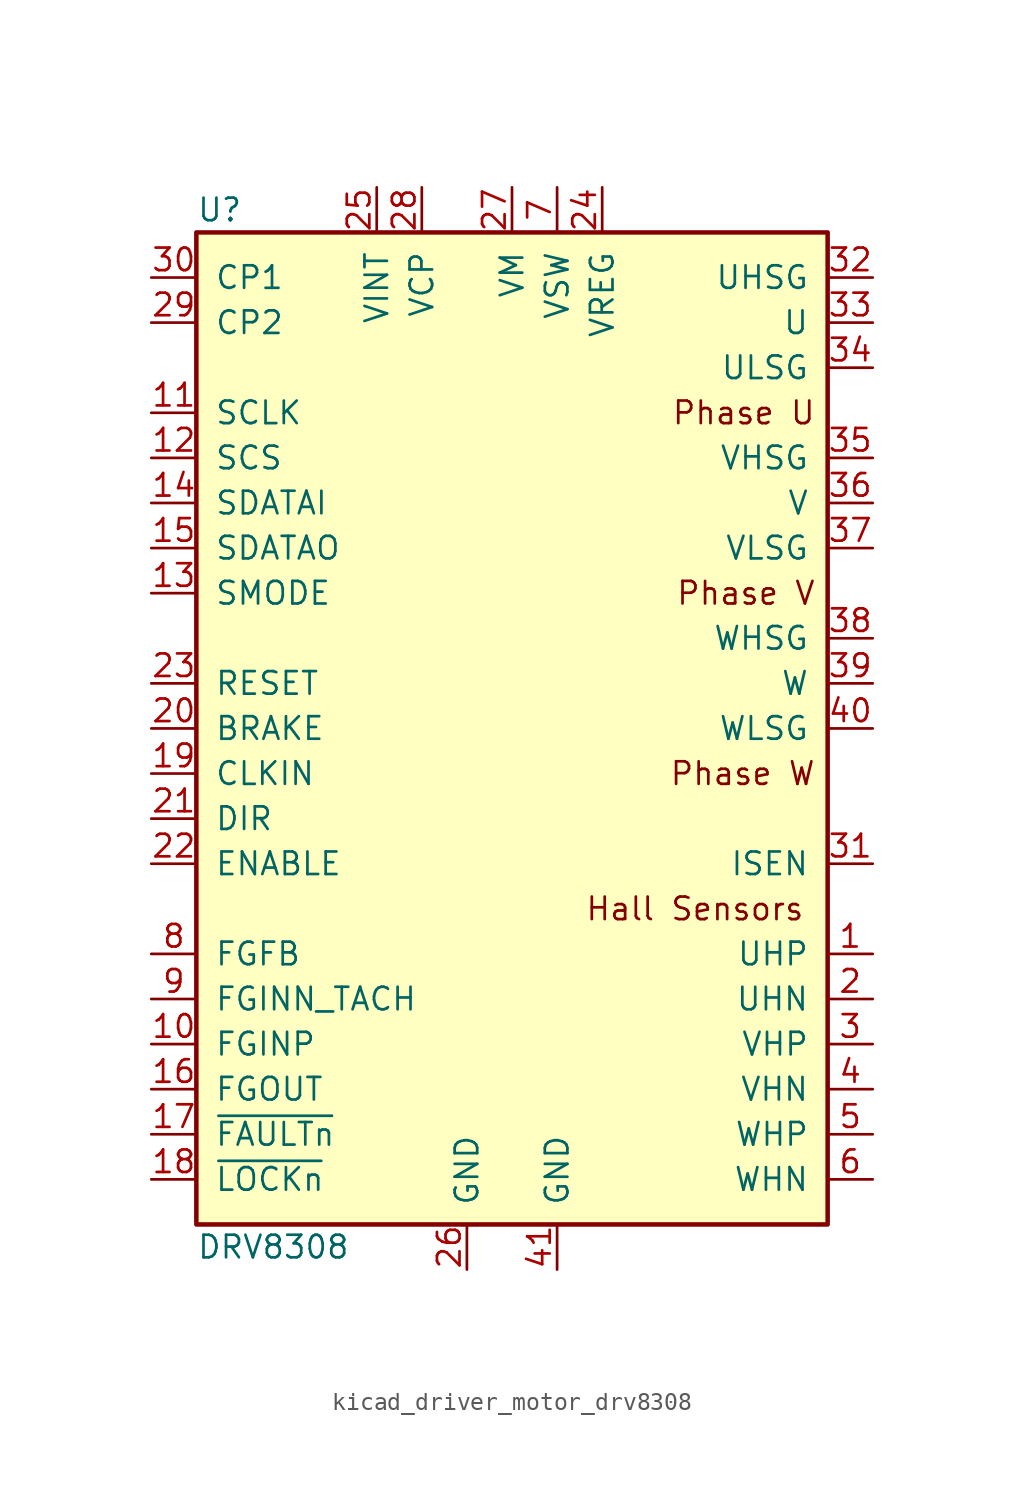
<source format=kicad_sym>
(kicad_symbol_lib
  (version 20220914)
  (generator kicad_symbol_editor)
  (symbol "kicad_driver_motor_drv8308"
    (pin_names
      (offset 1.016))
    (property "Reference" "U"
      (at -17.78 36.83 0)
      (effects (font (size 1.27 1.27)) (justify left)))
    (property "Value" "DRV8308"
      (at -17.78 -21.59 0)
      (effects (font (size 1.27 1.27)) (justify left)))
    (symbol "kicad_driver_motor_drv8308_0_0"
      (text "Hall Sensors" (at 16.51 -2.54 0) (effects (font (size 1.27 1.27)) (justify right)))
      (text "Phase U" (at 17.145 25.4 0) (effects (font (size 1.27 1.27)) (justify right)))
      (text "Phase V" (at 17.145 15.24 0) (effects (font (size 1.27 1.27)) (justify right)))
      (text "Phase W" (at 17.145 5.08 0) (effects (font (size 1.27 1.27)) (justify right))))
    (symbol "kicad_driver_motor_drv8308_0_1"
      (rectangle (start -17.78 35.56) (end 17.78 -20.32) (stroke (width 0.254) (type default)) (fill (type background))))
    (symbol "kicad_driver_motor_drv8308_1_1"
      (pin input line (at 20.32 -5.08 180) (length 2.54) (name "UHP" (effects (font (size 1.27 1.27)))) (number "1" (effects (font (size 1.27 1.27)))))
      (pin bidirectional line (at -20.32 -10.16 0) (length 2.54) (name "FGINP" (effects (font (size 1.27 1.27)))) (number "10" (effects (font (size 1.27 1.27)))))
      (pin input line (at -20.32 25.4 0) (length 2.54) (name "SCLK" (effects (font (size 1.27 1.27)))) (number "11" (effects (font (size 1.27 1.27)))))
      (pin input line (at -20.32 22.86 0) (length 2.54) (name "SCS" (effects (font (size 1.27 1.27)))) (number "12" (effects (font (size 1.27 1.27)))))
      (pin input line (at -20.32 15.24 0) (length 2.54) (name "SMODE" (effects (font (size 1.27 1.27)))) (number "13" (effects (font (size 1.27 1.27)))))
      (pin input line (at -20.32 20.32 0) (length 2.54) (name "SDATAI" (effects (font (size 1.27 1.27)))) (number "14" (effects (font (size 1.27 1.27)))))
      (pin output line (at -20.32 17.78 0) (length 2.54) (name "SDATAO" (effects (font (size 1.27 1.27)))) (number "15" (effects (font (size 1.27 1.27)))))
      (pin output line (at -20.32 -12.7 0) (length 2.54) (name "FGOUT" (effects (font (size 1.27 1.27)))) (number "16" (effects (font (size 1.27 1.27)))))
      (pin output line (at -20.32 -15.24 0) (length 2.54) (name "~{FAULTn}" (effects (font (size 1.27 1.27)))) (number "17" (effects (font (size 1.27 1.27)))))
      (pin output line (at -20.32 -17.78 0) (length 2.54) (name "~{LOCKn}" (effects (font (size 1.27 1.27)))) (number "18" (effects (font (size 1.27 1.27)))))
      (pin input line (at -20.32 5.08 0) (length 2.54) (name "CLKIN" (effects (font (size 1.27 1.27)))) (number "19" (effects (font (size 1.27 1.27)))))
      (pin input line (at 20.32 -7.62 180) (length 2.54) (name "UHN" (effects (font (size 1.27 1.27)))) (number "2" (effects (font (size 1.27 1.27)))))
      (pin input line (at -20.32 7.62 0) (length 2.54) (name "BRAKE" (effects (font (size 1.27 1.27)))) (number "20" (effects (font (size 1.27 1.27)))))
      (pin input line (at -20.32 2.54 0) (length 2.54) (name "DIR" (effects (font (size 1.27 1.27)))) (number "21" (effects (font (size 1.27 1.27)))))
      (pin input line (at -20.32 0 0) (length 2.54) (name "ENABLE" (effects (font (size 1.27 1.27)))) (number "22" (effects (font (size 1.27 1.27)))))
      (pin input line (at -20.32 10.16 0) (length 2.54) (name "RESET" (effects (font (size 1.27 1.27)))) (number "23" (effects (font (size 1.27 1.27)))))
      (pin power_out line (at 5.08 38.1 270) (length 2.54) (name "VREG" (effects (font (size 1.27 1.27)))) (number "24" (effects (font (size 1.27 1.27)))))
      (pin passive line (at -7.62 38.1 270) (length 2.54) (name "VINT" (effects (font (size 1.27 1.27)))) (number "25" (effects (font (size 1.27 1.27)))))
      (pin power_in line (at -2.54 -22.86 90) (length 2.54) (name "GND" (effects (font (size 1.27 1.27)))) (number "26" (effects (font (size 1.27 1.27)))))
      (pin power_in line (at 0 38.1 270) (length 2.54) (name "VM" (effects (font (size 1.27 1.27)))) (number "27" (effects (font (size 1.27 1.27)))))
      (pin passive line (at -5.08 38.1 270) (length 2.54) (name "VCP" (effects (font (size 1.27 1.27)))) (number "28" (effects (font (size 1.27 1.27)))))
      (pin passive line (at -20.32 30.48 0) (length 2.54) (name "CP2" (effects (font (size 1.27 1.27)))) (number "29" (effects (font (size 1.27 1.27)))))
      (pin input line (at 20.32 -10.16 180) (length 2.54) (name "VHP" (effects (font (size 1.27 1.27)))) (number "3" (effects (font (size 1.27 1.27)))))
      (pin passive line (at -20.32 33.02 0) (length 2.54) (name "CP1" (effects (font (size 1.27 1.27)))) (number "30" (effects (font (size 1.27 1.27)))))
      (pin input line (at 20.32 0 180) (length 2.54) (name "ISEN" (effects (font (size 1.27 1.27)))) (number "31" (effects (font (size 1.27 1.27)))))
      (pin output line (at 20.32 33.02 180) (length 2.54) (name "UHSG" (effects (font (size 1.27 1.27)))) (number "32" (effects (font (size 1.27 1.27)))))
      (pin input line (at 20.32 30.48 180) (length 2.54) (name "U" (effects (font (size 1.27 1.27)))) (number "33" (effects (font (size 1.27 1.27)))))
      (pin output line (at 20.32 27.94 180) (length 2.54) (name "ULSG" (effects (font (size 1.27 1.27)))) (number "34" (effects (font (size 1.27 1.27)))))
      (pin output line (at 20.32 22.86 180) (length 2.54) (name "VHSG" (effects (font (size 1.27 1.27)))) (number "35" (effects (font (size 1.27 1.27)))))
      (pin input line (at 20.32 20.32 180) (length 2.54) (name "V" (effects (font (size 1.27 1.27)))) (number "36" (effects (font (size 1.27 1.27)))))
      (pin output line (at 20.32 17.78 180) (length 2.54) (name "VLSG" (effects (font (size 1.27 1.27)))) (number "37" (effects (font (size 1.27 1.27)))))
      (pin output line (at 20.32 12.7 180) (length 2.54) (name "WHSG" (effects (font (size 1.27 1.27)))) (number "38" (effects (font (size 1.27 1.27)))))
      (pin input line (at 20.32 10.16 180) (length 2.54) (name "W" (effects (font (size 1.27 1.27)))) (number "39" (effects (font (size 1.27 1.27)))))
      (pin input line (at 20.32 -12.7 180) (length 2.54) (name "VHN" (effects (font (size 1.27 1.27)))) (number "4" (effects (font (size 1.27 1.27)))))
      (pin output line (at 20.32 7.62 180) (length 2.54) (name "WLSG" (effects (font (size 1.27 1.27)))) (number "40" (effects (font (size 1.27 1.27)))))
      (pin power_in line (at 2.54 -22.86 90) (length 2.54) (name "GND" (effects (font (size 1.27 1.27)))) (number "41" (effects (font (size 1.27 1.27)))))
      (pin input line (at 20.32 -15.24 180) (length 2.54) (name "WHP" (effects (font (size 1.27 1.27)))) (number "5" (effects (font (size 1.27 1.27)))))
      (pin input line (at 20.32 -17.78 180) (length 2.54) (name "WHN" (effects (font (size 1.27 1.27)))) (number "6" (effects (font (size 1.27 1.27)))))
      (pin power_out line (at 2.54 38.1 270) (length 2.54) (name "VSW" (effects (font (size 1.27 1.27)))) (number "7" (effects (font (size 1.27 1.27)))))
      (pin output line (at -20.32 -5.08 0) (length 2.54) (name "FGFB" (effects (font (size 1.27 1.27)))) (number "8" (effects (font (size 1.27 1.27)))))
      (pin input line (at -20.32 -7.62 0) (length 2.54) (name "FGINN_TACH" (effects (font (size 1.27 1.27)))) (number "9" (effects (font (size 1.27 1.27))))))))
</source>
